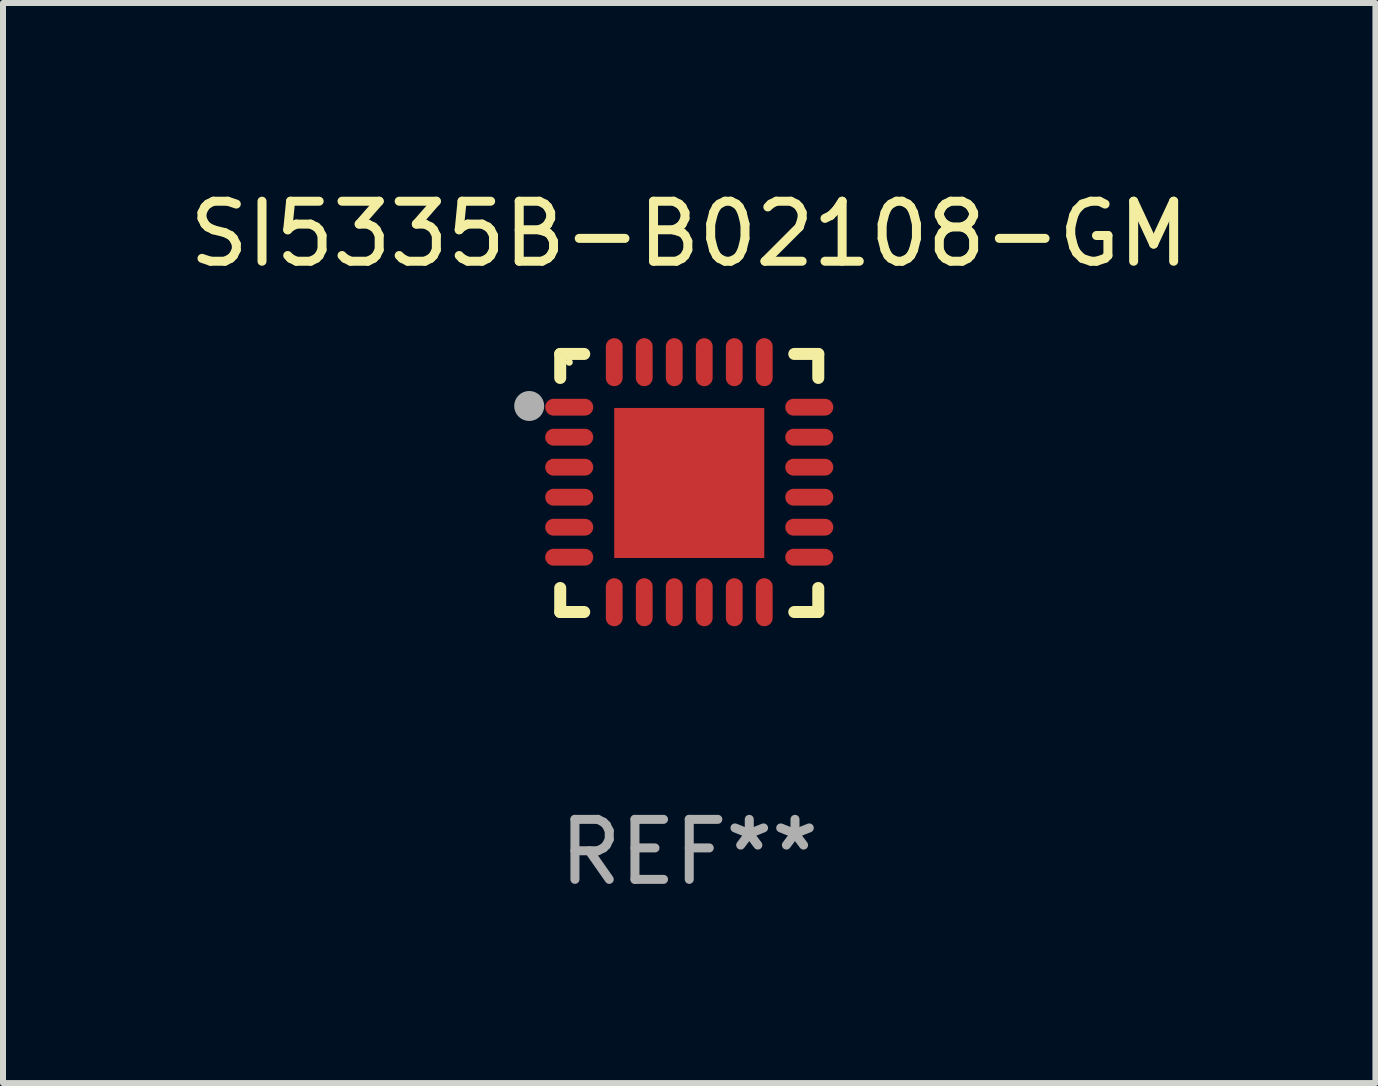
<source format=kicad_pcb>
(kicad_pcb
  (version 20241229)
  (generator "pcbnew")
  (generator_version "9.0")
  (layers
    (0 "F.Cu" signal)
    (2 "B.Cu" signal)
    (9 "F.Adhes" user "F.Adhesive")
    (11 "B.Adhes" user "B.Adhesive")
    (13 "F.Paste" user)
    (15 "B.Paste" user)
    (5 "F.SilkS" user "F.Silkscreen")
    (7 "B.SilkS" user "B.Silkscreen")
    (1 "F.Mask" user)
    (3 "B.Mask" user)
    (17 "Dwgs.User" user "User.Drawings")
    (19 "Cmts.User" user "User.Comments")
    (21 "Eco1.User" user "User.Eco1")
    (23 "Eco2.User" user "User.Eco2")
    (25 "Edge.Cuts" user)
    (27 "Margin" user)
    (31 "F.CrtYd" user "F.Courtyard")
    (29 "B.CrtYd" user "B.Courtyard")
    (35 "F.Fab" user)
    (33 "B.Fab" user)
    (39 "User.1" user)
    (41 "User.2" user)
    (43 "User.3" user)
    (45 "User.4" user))
  (footprint "SI5335B-B02108-GM"
    (layer "F.Cu")
    (at 8.435 4.998)
    (property "Reference" "SI5335B-B02108-GM" (at 0 -4.15 0) (layer "F.SilkS") (effects (font (size 1 1) (thickness 0.15))))
    (attr through_hole)
    (fp_line (start -2.15 -2.15) (end -1.75 -2.15) (stroke (width 0.2) (type solid)) (layer "F.SilkS"))
    (fp_line (start -2.15 -1.75) (end -2.15 -2.15) (stroke (width 0.2) (type solid)) (layer "F.SilkS"))
    (fp_line (start -2.15 2.15) (end -2.15 1.75) (stroke (width 0.2) (type solid)) (layer "F.SilkS"))
    (fp_line (start -1.75 2.15) (end -2.15 2.15) (stroke (width 0.2) (type solid)) (layer "F.SilkS"))
    (fp_line (start 1.75 -2.15) (end 2.15 -2.15) (stroke (width 0.2) (type solid)) (layer "F.SilkS"))
    (fp_line (start 1.75 2.15) (end 2.15 2.15) (stroke (width 0.2) (type solid)) (layer "F.SilkS"))
    (fp_line (start 2.15 -2.15) (end 2.15 -1.75) (stroke (width 0.2) (type solid)) (layer "F.SilkS"))
    (fp_line (start 2.15 2.15) (end 2.15 1.75) (stroke (width 0.2) (type solid)) (layer "F.SilkS"))
    (fp_circle (center -2 -2.013) (end -1.97 -2.013) (stroke (width 0.06) (type solid)) (fill no) (layer "F.SilkS"))
    (fp_circle (center -2.667 -1.283) (end -2.542 -1.283) (stroke (width 0.25) (type solid)) (fill no) (layer "F.Fab"))
    (fp_text user "REF**" (at 0 6.15 0) (layer "F.Fab") (effects (font (size 1 1) (thickness 0.15))))
    (pad "1" smd oval (at -2 -1.263) (size 0.8 0.28) (layers "F.Cu" "F.Mask" "F.Paste"))
    (pad "2" smd oval (at -2 -0.763) (size 0.8 0.28) (layers "F.Cu" "F.Mask" "F.Paste"))
    (pad "3" smd oval (at -2 -0.263) (size 0.8 0.28) (layers "F.Cu" "F.Mask" "F.Paste"))
    (pad "4" smd oval (at -2 0.237) (size 0.8 0.28) (layers "F.Cu" "F.Mask" "F.Paste"))
    (pad "5" smd oval (at -2 0.737) (size 0.8 0.28) (layers "F.Cu" "F.Mask" "F.Paste"))
    (pad "6" smd oval (at -2 1.237) (size 0.8 0.28) (layers "F.Cu" "F.Mask" "F.Paste"))
    (pad "7" smd oval (at -1.25 1.987) (size 0.28 0.8) (layers "F.Cu" "F.Mask" "F.Paste"))
    (pad "8" smd oval (at -0.75 1.987) (size 0.28 0.8) (layers "F.Cu" "F.Mask" "F.Paste"))
    (pad "9" smd oval (at -0.25 1.987) (size 0.28 0.8) (layers "F.Cu" "F.Mask" "F.Paste"))
    (pad "10" smd oval (at 0.25 1.987) (size 0.28 0.8) (layers "F.Cu" "F.Mask" "F.Paste"))
    (pad "11" smd oval (at 0.75 1.987) (size 0.28 0.8) (layers "F.Cu" "F.Mask" "F.Paste"))
    (pad "12" smd oval (at 1.25 1.987) (size 0.28 0.8) (layers "F.Cu" "F.Mask" "F.Paste"))
    (pad "13" smd oval (at 2 1.237) (size 0.8 0.28) (layers "F.Cu" "F.Mask" "F.Paste"))
    (pad "14" smd oval (at 2 0.737) (size 0.8 0.28) (layers "F.Cu" "F.Mask" "F.Paste"))
    (pad "15" smd oval (at 2 0.237) (size 0.8 0.28) (layers "F.Cu" "F.Mask" "F.Paste"))
    (pad "16" smd oval (at 2 -0.263) (size 0.8 0.28) (layers "F.Cu" "F.Mask" "F.Paste"))
    (pad "17" smd oval (at 2 -0.763) (size 0.8 0.28) (layers "F.Cu" "F.Mask" "F.Paste"))
    (pad "18" smd oval (at 2 -1.263) (size 0.8 0.28) (layers "F.Cu" "F.Mask" "F.Paste"))
    (pad "19" smd oval (at 1.25 -2.013) (size 0.28 0.8) (layers "F.Cu" "F.Mask" "F.Paste"))
    (pad "20" smd oval (at 0.75 -2.013) (size 0.28 0.8) (layers "F.Cu" "F.Mask" "F.Paste"))
    (pad "21" smd oval (at 0.25 -2.013) (size 0.28 0.8) (layers "F.Cu" "F.Mask" "F.Paste"))
    (pad "22" smd oval (at -0.25 -2.013) (size 0.28 0.8) (layers "F.Cu" "F.Mask" "F.Paste"))
    (pad "23" smd oval (at -0.75 -2.013) (size 0.28 0.8) (layers "F.Cu" "F.Mask" "F.Paste"))
    (pad "24" smd oval (at -1.25 -2.013) (size 0.28 0.8) (layers "F.Cu" "F.Mask" "F.Paste"))
    (pad "25" smd rect (at -0.000127 -0.00014) (size 2.5 2.5) (layers "F.Cu" "F.Mask" "F.Paste")))
  (gr_rect
    (start -3 -3)
    (end 19.869 14.997)
    (stroke (width 0.1) (type default))
    (fill no)
    (layer "Edge.Cuts")))
</source>
